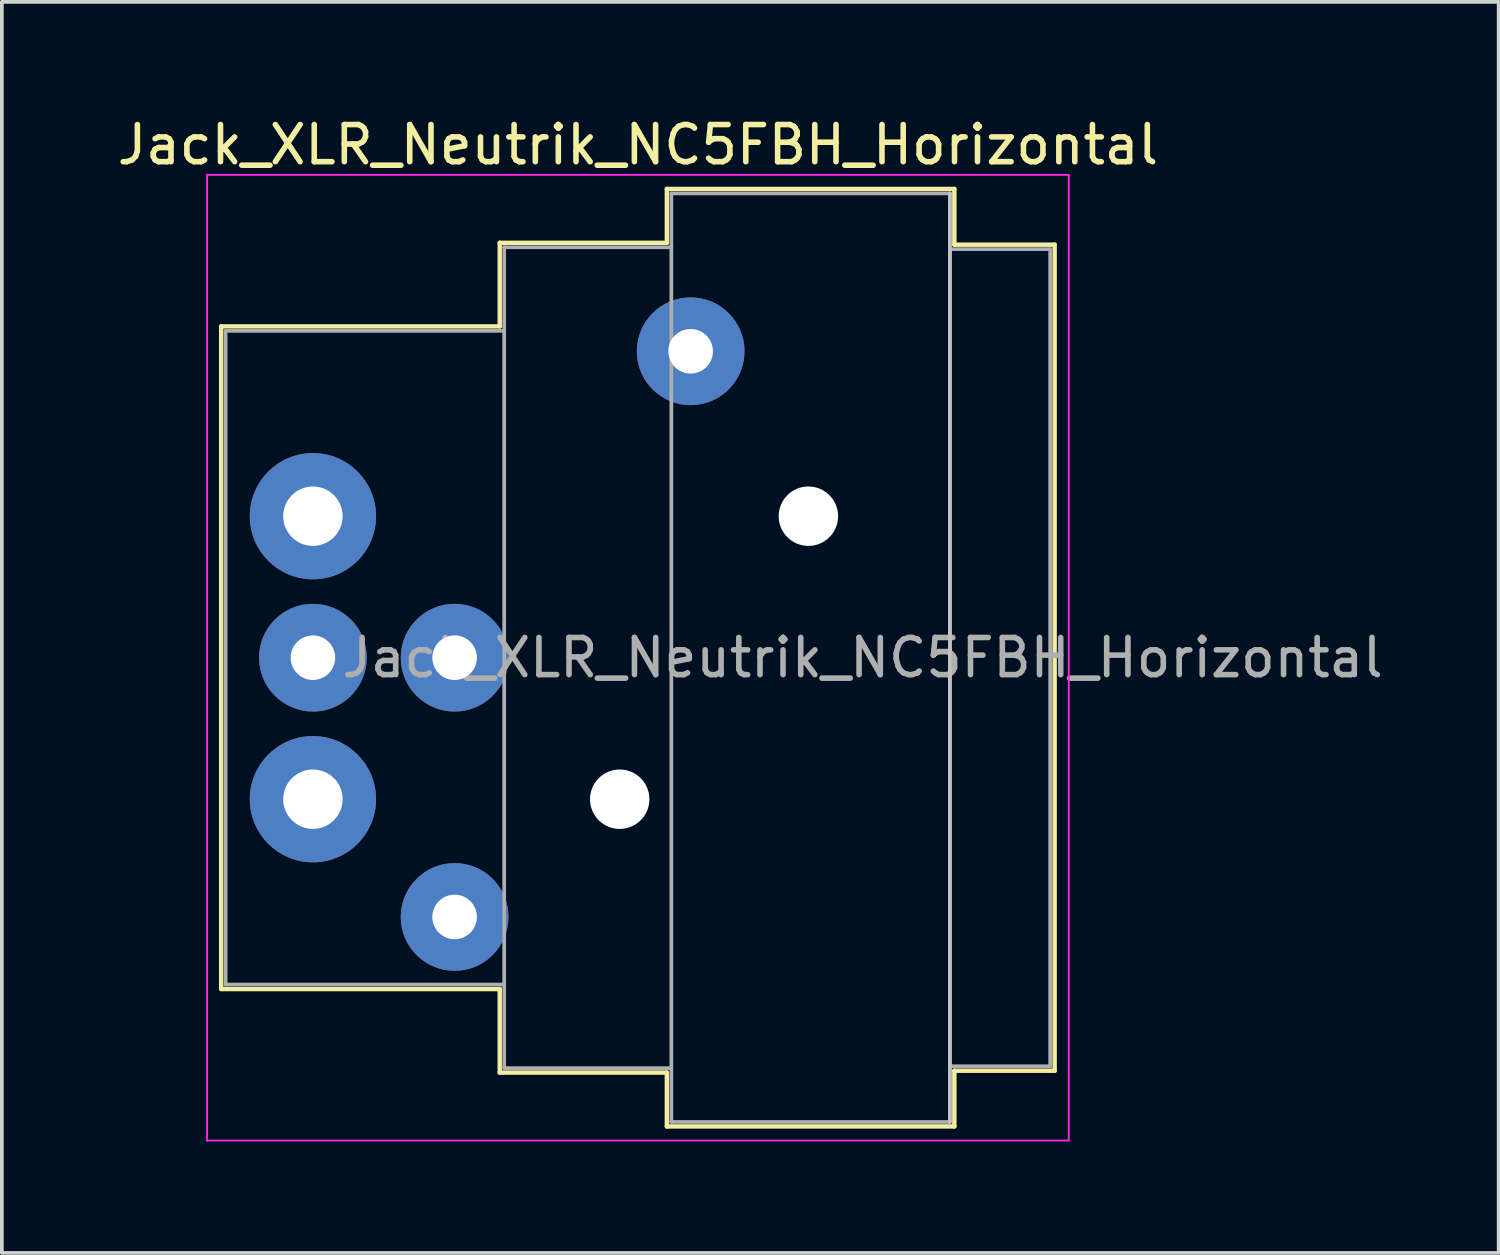
<source format=kicad_pcb>
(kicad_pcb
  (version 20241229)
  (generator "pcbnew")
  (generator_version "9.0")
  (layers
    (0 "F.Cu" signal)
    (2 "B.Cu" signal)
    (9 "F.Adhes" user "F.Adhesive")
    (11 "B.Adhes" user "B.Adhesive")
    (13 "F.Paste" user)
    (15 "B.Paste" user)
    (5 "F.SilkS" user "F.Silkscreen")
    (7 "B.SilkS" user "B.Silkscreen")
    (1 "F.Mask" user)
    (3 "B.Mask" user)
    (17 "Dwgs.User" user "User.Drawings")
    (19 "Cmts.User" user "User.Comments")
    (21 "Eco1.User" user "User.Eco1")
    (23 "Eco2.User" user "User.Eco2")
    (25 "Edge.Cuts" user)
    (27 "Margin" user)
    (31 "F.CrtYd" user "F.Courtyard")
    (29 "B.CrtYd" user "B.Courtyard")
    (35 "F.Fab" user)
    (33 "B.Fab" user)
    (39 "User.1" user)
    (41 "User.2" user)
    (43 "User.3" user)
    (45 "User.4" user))
  (footprint "Jack_XLR_Neutrik_NC5FBH_Horizontal"
    (layer "F.Cu")
    (at 5.375 10.848)
    (property "Reference" "Jack_XLR_Neutrik_NC5FBH_Horizontal" (at 8.75 -10 0) (layer "F.SilkS") (effects (font (size 1 1) (thickness 0.15))))
    (attr through_hole)
    (fp_line (start -2.47 -5.11) (end -2.47 12.73) (stroke (width 0.12) (type solid)) (layer "F.SilkS"))
    (fp_line (start 5.03 -5.11) (end -2.47 -5.11) (stroke (width 0.12) (type solid)) (layer "F.SilkS"))
    (fp_line (start 5.03 -5.11) (end 5.03 -7.36) (stroke (width 0.12) (type solid)) (layer "F.SilkS"))
    (fp_line (start 5.03 12.73) (end -2.47 12.73) (stroke (width 0.12) (type solid)) (layer "F.SilkS"))
    (fp_line (start 5.03 12.73) (end 5.03 14.98) (stroke (width 0.12) (type solid)) (layer "F.SilkS"))
    (fp_line (start 9.53 -7.36) (end 5.03 -7.36) (stroke (width 0.12) (type solid)) (layer "F.SilkS"))
    (fp_line (start 9.53 -7.36) (end 9.53 -8.81) (stroke (width 0.12) (type solid)) (layer "F.SilkS"))
    (fp_line (start 9.53 14.98) (end 5.03 14.98) (stroke (width 0.12) (type solid)) (layer "F.SilkS"))
    (fp_line (start 9.53 16.43) (end 9.53 14.98) (stroke (width 0.12) (type solid)) (layer "F.SilkS"))
    (fp_line (start 17.27 -8.81) (end 9.53 -8.81) (stroke (width 0.12) (type solid)) (layer "F.SilkS"))
    (fp_line (start 17.27 -8.81) (end 17.27 -7.31) (stroke (width 0.12) (type solid)) (layer "F.SilkS"))
    (fp_line (start 17.27 -7.31) (end 19.97 -7.31) (stroke (width 0.12) (type solid)) (layer "F.SilkS"))
    (fp_line (start 17.27 14.93) (end 17.27 16.43) (stroke (width 0.12) (type solid)) (layer "F.SilkS"))
    (fp_line (start 17.27 14.93) (end 19.97 14.93) (stroke (width 0.12) (type solid)) (layer "F.SilkS"))
    (fp_line (start 17.27 16.43) (end 9.53 16.43) (stroke (width 0.12) (type solid)) (layer "F.SilkS"))
    (fp_line (start 19.97 -7.31) (end 19.97 14.93) (stroke (width 0.12) (type solid)) (layer "F.SilkS"))
    (fp_line (start 17.15 -8.69) (end 17.15 16.31) (stroke (width 0.1) (type solid)) (layer "Dwgs.User"))
    (fp_line (start -2.85 -9.19) (end -2.85 16.81) (stroke (width 0.05) (type solid)) (layer "F.CrtYd"))
    (fp_line (start 20.35 -9.19) (end -2.85 -9.19) (stroke (width 0.05) (type solid)) (layer "F.CrtYd"))
    (fp_line (start 20.35 -9.19) (end 20.35 16.81) (stroke (width 0.05) (type solid)) (layer "F.CrtYd"))
    (fp_line (start 20.35 16.81) (end -2.85 16.81) (stroke (width 0.05) (type solid)) (layer "F.CrtYd"))
    (fp_line (start -2.35 -4.99) (end -2.35 12.61) (stroke (width 0.1) (type solid)) (layer "F.Fab"))
    (fp_line (start 5.15 -4.99) (end -2.35 -4.99) (stroke (width 0.1) (type solid)) (layer "F.Fab"))
    (fp_line (start 5.15 12.61) (end -2.35 12.61) (stroke (width 0.1) (type solid)) (layer "F.Fab"))
    (fp_line (start 5.15 14.86) (end 5.15 -7.24) (stroke (width 0.1) (type solid)) (layer "F.Fab"))
    (fp_line (start 5.15 14.86) (end 9.65 14.86) (stroke (width 0.1) (type solid)) (layer "F.Fab"))
    (fp_line (start 9.65 -8.69) (end 17.15 -8.69) (stroke (width 0.1) (type solid)) (layer "F.Fab"))
    (fp_line (start 9.65 -7.24) (end 5.15 -7.24) (stroke (width 0.1) (type solid)) (layer "F.Fab"))
    (fp_line (start 9.65 16.31) (end 9.65 -8.69) (stroke (width 0.1) (type solid)) (layer "F.Fab"))
    (fp_line (start 17.15 -8.69) (end 17.15 16.31) (stroke (width 0.1) (type solid)) (layer "F.Fab"))
    (fp_line (start 17.15 -7.19) (end 19.85 -7.19) (stroke (width 0.1) (type solid)) (layer "F.Fab"))
    (fp_line (start 17.15 16.31) (end 9.65 16.31) (stroke (width 0.1) (type solid)) (layer "F.Fab"))
    (fp_line (start 19.85 -7.19) (end 19.85 14.81) (stroke (width 0.1) (type solid)) (layer "F.Fab"))
    (fp_line (start 19.85 14.81) (end 17.15 14.81) (stroke (width 0.1) (type solid)) (layer "F.Fab"))
    (fp_text user "${REFERENCE}" (at 14.8 3.81 0) (layer "F.Fab") (effects (font (size 1 1) (thickness 0.15))))
    (pad "" np_thru_hole circle (at 8.26 7.62) (size 1.6 1.6) (drill 1.6) (layers "*.Cu" "*.Mask"))
    (pad "" np_thru_hole circle (at 13.34 0) (size 1.6 1.6) (drill 1.6) (layers "*.Cu" "*.Mask"))
    (pad "1" thru_hole circle (at 0 0) (size 3.4 3.4) (drill 1.6) (layers "*.Cu" "*.Mask"))
    (pad "2" thru_hole circle (at 3.815 3.81) (size 2.9 2.9) (drill 1.2) (layers "*.Cu" "*.Mask"))
    (pad "3" thru_hole circle (at 0 3.81) (size 2.9 2.9) (drill 1.2) (layers "*.Cu" "*.Mask"))
    (pad "4" thru_hole circle (at 3.815 10.79) (size 2.9 2.9) (drill 1.2) (layers "*.Cu" "*.Mask"))
    (pad "5" thru_hole circle (at 0 7.62) (size 3.4 3.4) (drill 1.6) (layers "*.Cu" "*.Mask"))
    (pad "G" thru_hole circle (at 10.17 -4.44) (size 2.9 2.9) (drill 1.2) (layers "*.Cu" "*.Mask")))
  (gr_rect
    (start -3 -3)
    (end 37.3 30.683)
    (stroke (width 0.1) (type default))
    (fill no)
    (layer "Edge.Cuts")))
</source>
